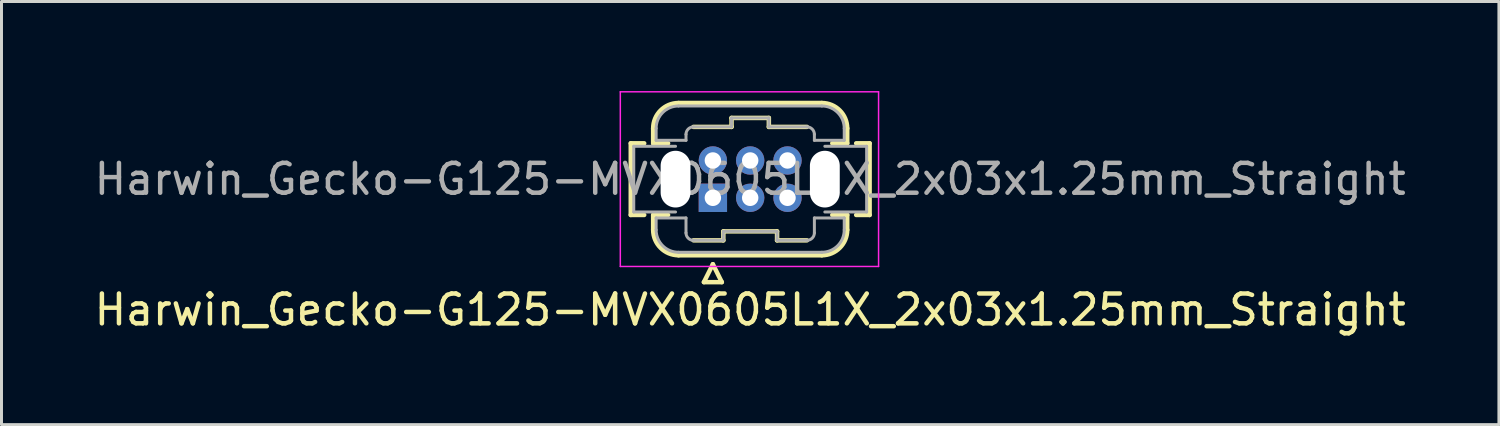
<source format=kicad_pcb>
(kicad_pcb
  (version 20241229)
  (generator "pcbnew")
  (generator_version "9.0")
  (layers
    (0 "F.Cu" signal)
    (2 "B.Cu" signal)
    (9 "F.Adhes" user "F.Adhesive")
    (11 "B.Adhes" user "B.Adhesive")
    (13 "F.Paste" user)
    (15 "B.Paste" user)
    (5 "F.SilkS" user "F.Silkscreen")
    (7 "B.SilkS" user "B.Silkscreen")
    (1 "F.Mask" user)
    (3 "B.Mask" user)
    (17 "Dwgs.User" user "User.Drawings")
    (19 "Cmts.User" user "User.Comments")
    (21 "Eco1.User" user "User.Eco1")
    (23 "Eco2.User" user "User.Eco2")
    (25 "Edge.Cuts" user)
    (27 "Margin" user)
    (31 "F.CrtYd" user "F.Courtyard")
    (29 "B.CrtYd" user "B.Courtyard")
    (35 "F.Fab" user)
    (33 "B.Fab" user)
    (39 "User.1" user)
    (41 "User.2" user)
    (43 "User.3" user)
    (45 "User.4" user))
  (footprint "Harwin_Gecko-G125-MVX0605L1X_2x03x1.25mm_Straight"
    (layer "F.Cu")
    (at 20.827 3.575)
    (property "Reference" "Harwin_Gecko-G125-MVX0605L1X_2x03x1.25mm_Straight" (at 1.25 3.75 0) (layer "F.SilkS") (effects (font (size 1 1) (thickness 0.15))))
    (attr through_hole)
    (fp_line (start -2.75 -1.825) (end -2.75 0.575) (stroke (width 0.15) (type solid)) (layer "F.SilkS"))
    (fp_line (start -2.75 0.575) (end -2.3 0.575) (stroke (width 0.15) (type solid)) (layer "F.SilkS"))
    (fp_line (start -2.3 -1.825) (end -2.75 -1.825) (stroke (width 0.15) (type solid)) (layer "F.SilkS"))
    (fp_line (start -2 -1.825) (end -2 -2.325) (stroke (width 0.15) (type solid)) (layer "F.SilkS"))
    (fp_line (start -2 -1.825) (end -1.5 -1.825) (stroke (width 0.15) (type solid)) (layer "F.SilkS"))
    (fp_line (start -2 0.575) (end -1.5 0.575) (stroke (width 0.15) (type solid)) (layer "F.SilkS"))
    (fp_line (start -2 1.075) (end -2 0.575) (stroke (width 0.15) (type solid)) (layer "F.SilkS"))
    (fp_line (start -1.15 -3.175) (end 3.65 -3.175) (stroke (width 0.15) (type solid)) (layer "F.SilkS"))
    (fp_line (start -1.15 1.925) (end 3.65 1.925) (stroke (width 0.15) (type solid)) (layer "F.SilkS"))
    (fp_line (start -0.65 -2.375) (end 0.625 -2.375) (stroke (width 0.15) (type solid)) (layer "F.SilkS"))
    (fp_line (start -0.65 1.425) (end 0.35 1.425) (stroke (width 0.15) (type solid)) (layer "F.SilkS"))
    (fp_line (start -0.3 2.825) (end 0.3 2.825) (stroke (width 0.15) (type solid)) (layer "F.SilkS"))
    (fp_line (start 0 2.225) (end -0.3 2.825) (stroke (width 0.15) (type solid)) (layer "F.SilkS"))
    (fp_line (start 0.3 2.825) (end 0 2.225) (stroke (width 0.15) (type solid)) (layer "F.SilkS"))
    (fp_line (start 0.35 1.125) (end 2.15 1.125) (stroke (width 0.15) (type solid)) (layer "F.SilkS"))
    (fp_line (start 0.35 1.425) (end 0.35 1.125) (stroke (width 0.15) (type solid)) (layer "F.SilkS"))
    (fp_line (start 0.625 -2.675) (end 1.875 -2.675) (stroke (width 0.15) (type solid)) (layer "F.SilkS"))
    (fp_line (start 0.625 -2.375) (end 0.625 -2.675) (stroke (width 0.15) (type solid)) (layer "F.SilkS"))
    (fp_line (start 1.875 -2.675) (end 1.875 -2.375) (stroke (width 0.15) (type solid)) (layer "F.SilkS"))
    (fp_line (start 1.875 -2.375) (end 3.15 -2.375) (stroke (width 0.15) (type solid)) (layer "F.SilkS"))
    (fp_line (start 2.15 1.125) (end 2.15 1.425) (stroke (width 0.15) (type solid)) (layer "F.SilkS"))
    (fp_line (start 2.15 1.425) (end 3.15 1.425) (stroke (width 0.15) (type solid)) (layer "F.SilkS"))
    (fp_line (start 4.5 -2.325) (end 4.5 -1.825) (stroke (width 0.15) (type solid)) (layer "F.SilkS"))
    (fp_line (start 4.5 -1.825) (end 4 -1.825) (stroke (width 0.15) (type solid)) (layer "F.SilkS"))
    (fp_line (start 4.5 0.575) (end 4 0.575) (stroke (width 0.15) (type solid)) (layer "F.SilkS"))
    (fp_line (start 4.5 1.075) (end 4.5 0.575) (stroke (width 0.15) (type solid)) (layer "F.SilkS"))
    (fp_line (start 4.8 0.575) (end 5.25 0.575) (stroke (width 0.15) (type solid)) (layer "F.SilkS"))
    (fp_line (start 5.25 -1.825) (end 4.8 -1.825) (stroke (width 0.15) (type solid)) (layer "F.SilkS"))
    (fp_line (start 5.25 -1.825) (end 5.25 0.575) (stroke (width 0.15) (type solid)) (layer "F.SilkS"))
    (fp_arc (start -2 -2.325) (mid -1.751041 -2.926041) (end -1.15 -3.175) (stroke (width 0.15) (type solid)) (layer "F.SilkS"))
    (fp_arc (start -1.15 1.925) (mid -1.751041 1.676041) (end -2 1.075) (stroke (width 0.15) (type solid)) (layer "F.SilkS"))
    (fp_arc (start 3.65 -3.175) (mid 4.251041 -2.926041) (end 4.5 -2.325) (stroke (width 0.15) (type solid)) (layer "F.SilkS"))
    (fp_arc (start 4.5 1.075) (mid 4.251041 1.676041) (end 3.65 1.925) (stroke (width 0.15) (type solid)) (layer "F.SilkS"))
    (fp_line (start -3.1 -3.55) (end -3.1 2.3) (stroke (width 0.05) (type solid)) (layer "F.CrtYd"))
    (fp_line (start -3.1 2.3) (end 5.55 2.3) (stroke (width 0.05) (type solid)) (layer "F.CrtYd"))
    (fp_line (start 5.55 -3.55) (end -3.1 -3.55) (stroke (width 0.05) (type solid)) (layer "F.CrtYd"))
    (fp_line (start 5.55 2.3) (end 5.55 -3.55) (stroke (width 0.05) (type solid)) (layer "F.CrtYd"))
    (fp_line (start -2.65 0.475) (end -2.65 -1.725) (stroke (width 0.1) (type solid)) (layer "F.Fab"))
    (fp_line (start -2.65 0.475) (end -1.25 0.475) (stroke (width 0.1) (type solid)) (layer "F.Fab"))
    (fp_line (start -1.9 -2.325) (end -1.9 -1.925) (stroke (width 0.1) (type solid)) (layer "F.Fab"))
    (fp_line (start -1.9 -1.925) (end -0.9 -1.925) (stroke (width 0.1) (type solid)) (layer "F.Fab"))
    (fp_line (start -1.9 0.675) (end -0.9 0.675) (stroke (width 0.1) (type solid)) (layer "F.Fab"))
    (fp_line (start -1.9 1.075) (end -1.9 0.675) (stroke (width 0.1) (type solid)) (layer "F.Fab"))
    (fp_line (start -1.25 -1.725) (end -2.65 -1.725) (stroke (width 0.1) (type solid)) (layer "F.Fab"))
    (fp_line (start -1.15 -3.075) (end 3.65 -3.075) (stroke (width 0.1) (type solid)) (layer "F.Fab"))
    (fp_line (start -1.15 1.825) (end 3.65 1.825) (stroke (width 0.1) (type solid)) (layer "F.Fab"))
    (fp_line (start -0.9 -2.125) (end -0.9 -1.925) (stroke (width 0.1) (type solid)) (layer "F.Fab"))
    (fp_line (start -0.9 1.175) (end -0.9 0.675) (stroke (width 0.1) (type solid)) (layer "F.Fab"))
    (fp_line (start -0.65 -2.375) (end 0.625 -2.375) (stroke (width 0.1) (type solid)) (layer "F.Fab"))
    (fp_line (start -0.65 1.425) (end 0.35 1.425) (stroke (width 0.1) (type solid)) (layer "F.Fab"))
    (fp_line (start 0.35 1.125) (end 2.15 1.125) (stroke (width 0.1) (type solid)) (layer "F.Fab"))
    (fp_line (start 0.35 1.425) (end 0.35 1.125) (stroke (width 0.1) (type solid)) (layer "F.Fab"))
    (fp_line (start 0.625 -2.675) (end 1.875 -2.675) (stroke (width 0.1) (type solid)) (layer "F.Fab"))
    (fp_line (start 0.625 -2.375) (end 0.625 -2.675) (stroke (width 0.1) (type solid)) (layer "F.Fab"))
    (fp_line (start 1.875 -2.675) (end 1.875 -2.375) (stroke (width 0.1) (type solid)) (layer "F.Fab"))
    (fp_line (start 1.875 -2.375) (end 3.15 -2.375) (stroke (width 0.1) (type solid)) (layer "F.Fab"))
    (fp_line (start 2.15 1.125) (end 2.15 1.425) (stroke (width 0.1) (type solid)) (layer "F.Fab"))
    (fp_line (start 2.15 1.425) (end 3.15 1.425) (stroke (width 0.1) (type solid)) (layer "F.Fab"))
    (fp_line (start 3.4 -2.125) (end 3.4 -1.925) (stroke (width 0.1) (type solid)) (layer "F.Fab"))
    (fp_line (start 3.4 1.175) (end 3.4 0.675) (stroke (width 0.1) (type solid)) (layer "F.Fab"))
    (fp_line (start 3.75 0.475) (end 5.15 0.475) (stroke (width 0.1) (type solid)) (layer "F.Fab"))
    (fp_line (start 4.4 -2.325) (end 4.4 -1.925) (stroke (width 0.1) (type solid)) (layer "F.Fab"))
    (fp_line (start 4.4 -1.925) (end 3.4 -1.925) (stroke (width 0.1) (type solid)) (layer "F.Fab"))
    (fp_line (start 4.4 0.675) (end 3.4 0.675) (stroke (width 0.1) (type solid)) (layer "F.Fab"))
    (fp_line (start 4.4 1.075) (end 4.4 0.675) (stroke (width 0.1) (type solid)) (layer "F.Fab"))
    (fp_line (start 5.15 -1.725) (end 3.75 -1.725) (stroke (width 0.1) (type solid)) (layer "F.Fab"))
    (fp_line (start 5.15 -1.725) (end 5.15 0.475) (stroke (width 0.1) (type solid)) (layer "F.Fab"))
    (fp_arc (start -1.9 -2.325) (mid -1.68033 -2.85533) (end -1.15 -3.075) (stroke (width 0.1) (type solid)) (layer "F.Fab"))
    (fp_arc (start -1.15 1.825) (mid -1.68033 1.60533) (end -1.9 1.075) (stroke (width 0.1) (type solid)) (layer "F.Fab"))
    (fp_arc (start -0.9 -2.125) (mid -0.826777 -2.301777) (end -0.65 -2.375) (stroke (width 0.1) (type solid)) (layer "F.Fab"))
    (fp_arc (start -0.65 1.425) (mid -0.826777 1.351777) (end -0.9 1.175) (stroke (width 0.1) (type solid)) (layer "F.Fab"))
    (fp_arc (start 3.15 -2.375) (mid 3.326777 -2.301777) (end 3.4 -2.125) (stroke (width 0.1) (type solid)) (layer "F.Fab"))
    (fp_arc (start 3.4 1.175) (mid 3.326777 1.351777) (end 3.15 1.425) (stroke (width 0.1) (type solid)) (layer "F.Fab"))
    (fp_arc (start 3.65 -3.075) (mid 4.18033 -2.85533) (end 4.4 -2.325) (stroke (width 0.1) (type solid)) (layer "F.Fab"))
    (fp_arc (start 4.4 1.075) (mid 4.18033 1.60533) (end 3.65 1.825) (stroke (width 0.1) (type solid)) (layer "F.Fab"))
    (fp_text user "${REFERENCE}" (at 1.25 -0.625 0) (layer "F.Fab") (effects (font (size 1 1) (thickness 0.15))))
    (pad "" np_thru_hole oval (at -1.25 -0.625) (size 1 1.9) (drill oval 1 1.9) (layers "*.Cu" "*.Mask"))
    (pad "" np_thru_hole oval (at 3.75 -0.625) (size 1 1.9) (drill oval 1 1.9) (layers "*.Cu" "*.Mask"))
    (pad "1" thru_hole rect (at 0 0) (size 0.95 0.95) (drill 0.55) (layers "*.Cu" "*.Mask"))
    (pad "2" thru_hole circle (at 1.25 0) (size 0.95 0.95) (drill 0.55) (layers "*.Cu" "*.Mask"))
    (pad "3" thru_hole circle (at 2.5 0) (size 0.95 0.95) (drill 0.55) (layers "*.Cu" "*.Mask"))
    (pad "4" thru_hole circle (at 0 -1.25) (size 0.95 0.95) (drill 0.55) (layers "*.Cu" "*.Mask"))
    (pad "5" thru_hole circle (at 1.25 -1.25) (size 0.95 0.95) (drill 0.55) (layers "*.Cu" "*.Mask"))
    (pad "6" thru_hole circle (at 2.5 -1.25) (size 0.95 0.95) (drill 0.55) (layers "*.Cu" "*.Mask")))
  (gr_rect
    (start -3 -3)
    (end 47.155 11.173)
    (stroke (width 0.1) (type default))
    (fill no)
    (layer "Edge.Cuts")))
</source>
